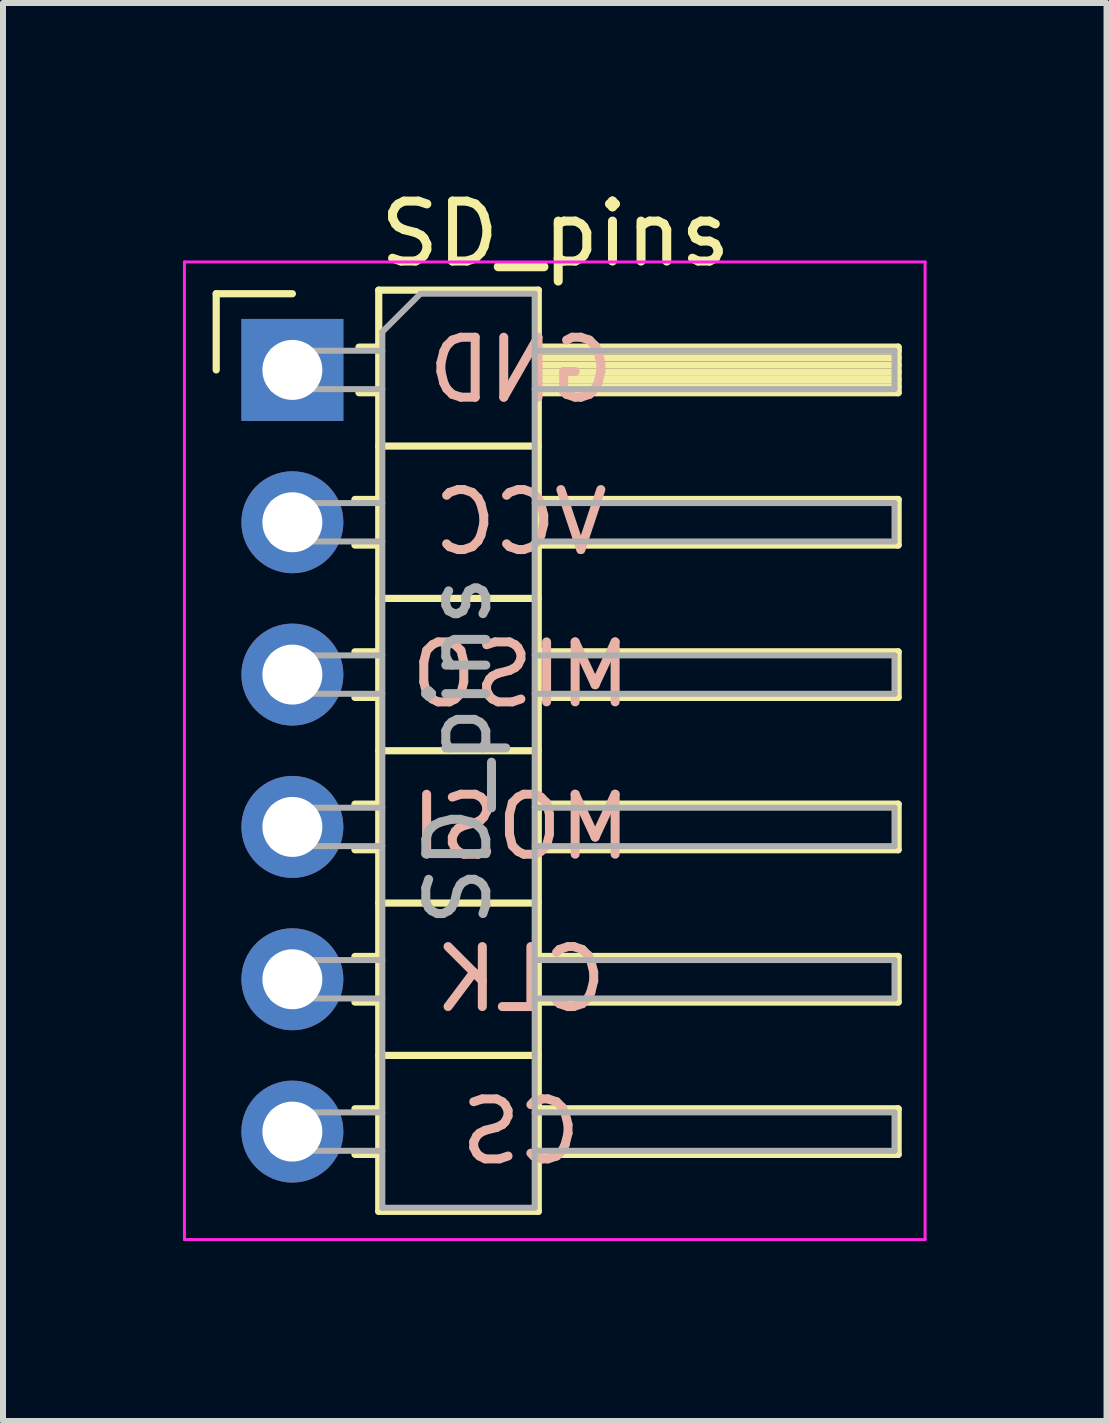
<source format=kicad_pcb>
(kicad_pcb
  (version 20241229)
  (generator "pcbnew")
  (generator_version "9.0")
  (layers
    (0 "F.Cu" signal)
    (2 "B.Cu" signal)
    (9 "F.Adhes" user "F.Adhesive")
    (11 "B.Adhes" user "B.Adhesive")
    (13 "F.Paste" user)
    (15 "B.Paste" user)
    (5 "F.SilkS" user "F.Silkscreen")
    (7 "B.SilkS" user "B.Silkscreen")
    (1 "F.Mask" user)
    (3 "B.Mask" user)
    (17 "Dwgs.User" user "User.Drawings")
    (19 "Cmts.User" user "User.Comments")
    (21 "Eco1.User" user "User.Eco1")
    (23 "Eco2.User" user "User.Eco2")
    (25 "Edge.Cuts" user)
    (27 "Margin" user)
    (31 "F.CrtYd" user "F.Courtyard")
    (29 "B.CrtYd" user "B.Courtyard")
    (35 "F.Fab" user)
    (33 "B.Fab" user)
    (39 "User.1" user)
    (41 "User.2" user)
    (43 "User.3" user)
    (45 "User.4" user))
  (footprint "SD_pins"
    (layer "F.Cu")
    (at 1.825 3.118)
    (property "Reference" "SD_pins" (at 4.385 -2.27 0) (layer "F.SilkS") (effects (font (size 1 1) (thickness 0.15))))
    (attr through_hole)
    (fp_line (start -1.27 -1.27) (end 0 -1.27) (stroke (width 0.12) (type solid)) (layer "F.SilkS"))
    (fp_line (start -1.27 0) (end -1.27 -1.27) (stroke (width 0.12) (type solid)) (layer "F.SilkS"))
    (fp_line (start 1.043 2.16) (end 1.44 2.16) (stroke (width 0.12) (type solid)) (layer "F.SilkS"))
    (fp_line (start 1.043 2.92) (end 1.44 2.92) (stroke (width 0.12) (type solid)) (layer "F.SilkS"))
    (fp_line (start 1.043 4.7) (end 1.44 4.7) (stroke (width 0.12) (type solid)) (layer "F.SilkS"))
    (fp_line (start 1.043 5.46) (end 1.44 5.46) (stroke (width 0.12) (type solid)) (layer "F.SilkS"))
    (fp_line (start 1.043 7.24) (end 1.44 7.24) (stroke (width 0.12) (type solid)) (layer "F.SilkS"))
    (fp_line (start 1.043 8) (end 1.44 8) (stroke (width 0.12) (type solid)) (layer "F.SilkS"))
    (fp_line (start 1.043 9.78) (end 1.44 9.78) (stroke (width 0.12) (type solid)) (layer "F.SilkS"))
    (fp_line (start 1.043 10.54) (end 1.44 10.54) (stroke (width 0.12) (type solid)) (layer "F.SilkS"))
    (fp_line (start 1.043 12.32) (end 1.44 12.32) (stroke (width 0.12) (type solid)) (layer "F.SilkS"))
    (fp_line (start 1.043 13.08) (end 1.44 13.08) (stroke (width 0.12) (type solid)) (layer "F.SilkS"))
    (fp_line (start 1.11 -0.38) (end 1.44 -0.38) (stroke (width 0.12) (type solid)) (layer "F.SilkS"))
    (fp_line (start 1.11 0.38) (end 1.44 0.38) (stroke (width 0.12) (type solid)) (layer "F.SilkS"))
    (fp_line (start 1.44 -1.33) (end 1.44 14.03) (stroke (width 0.12) (type solid)) (layer "F.SilkS"))
    (fp_line (start 1.44 1.27) (end 4.1 1.27) (stroke (width 0.12) (type solid)) (layer "F.SilkS"))
    (fp_line (start 1.44 3.81) (end 4.1 3.81) (stroke (width 0.12) (type solid)) (layer "F.SilkS"))
    (fp_line (start 1.44 6.35) (end 4.1 6.35) (stroke (width 0.12) (type solid)) (layer "F.SilkS"))
    (fp_line (start 1.44 8.89) (end 4.1 8.89) (stroke (width 0.12) (type solid)) (layer "F.SilkS"))
    (fp_line (start 1.44 11.43) (end 4.1 11.43) (stroke (width 0.12) (type solid)) (layer "F.SilkS"))
    (fp_line (start 1.44 14.03) (end 4.1 14.03) (stroke (width 0.12) (type solid)) (layer "F.SilkS"))
    (fp_line (start 4.1 -1.33) (end 1.44 -1.33) (stroke (width 0.12) (type solid)) (layer "F.SilkS"))
    (fp_line (start 4.1 -0.38) (end 10.1 -0.38) (stroke (width 0.12) (type solid)) (layer "F.SilkS"))
    (fp_line (start 4.1 -0.32) (end 10.1 -0.32) (stroke (width 0.12) (type solid)) (layer "F.SilkS"))
    (fp_line (start 4.1 -0.2) (end 10.1 -0.2) (stroke (width 0.12) (type solid)) (layer "F.SilkS"))
    (fp_line (start 4.1 -0.08) (end 10.1 -0.08) (stroke (width 0.12) (type solid)) (layer "F.SilkS"))
    (fp_line (start 4.1 0.04) (end 10.1 0.04) (stroke (width 0.12) (type solid)) (layer "F.SilkS"))
    (fp_line (start 4.1 0.16) (end 10.1 0.16) (stroke (width 0.12) (type solid)) (layer "F.SilkS"))
    (fp_line (start 4.1 0.28) (end 10.1 0.28) (stroke (width 0.12) (type solid)) (layer "F.SilkS"))
    (fp_line (start 4.1 2.16) (end 10.1 2.16) (stroke (width 0.12) (type solid)) (layer "F.SilkS"))
    (fp_line (start 4.1 4.7) (end 10.1 4.7) (stroke (width 0.12) (type solid)) (layer "F.SilkS"))
    (fp_line (start 4.1 7.24) (end 10.1 7.24) (stroke (width 0.12) (type solid)) (layer "F.SilkS"))
    (fp_line (start 4.1 9.78) (end 10.1 9.78) (stroke (width 0.12) (type solid)) (layer "F.SilkS"))
    (fp_line (start 4.1 12.32) (end 10.1 12.32) (stroke (width 0.12) (type solid)) (layer "F.SilkS"))
    (fp_line (start 4.1 14.03) (end 4.1 -1.33) (stroke (width 0.12) (type solid)) (layer "F.SilkS"))
    (fp_line (start 10.1 -0.38) (end 10.1 0.38) (stroke (width 0.12) (type solid)) (layer "F.SilkS"))
    (fp_line (start 10.1 0.38) (end 4.1 0.38) (stroke (width 0.12) (type solid)) (layer "F.SilkS"))
    (fp_line (start 10.1 2.16) (end 10.1 2.92) (stroke (width 0.12) (type solid)) (layer "F.SilkS"))
    (fp_line (start 10.1 2.92) (end 4.1 2.92) (stroke (width 0.12) (type solid)) (layer "F.SilkS"))
    (fp_line (start 10.1 4.7) (end 10.1 5.46) (stroke (width 0.12) (type solid)) (layer "F.SilkS"))
    (fp_line (start 10.1 5.46) (end 4.1 5.46) (stroke (width 0.12) (type solid)) (layer "F.SilkS"))
    (fp_line (start 10.1 7.24) (end 10.1 8) (stroke (width 0.12) (type solid)) (layer "F.SilkS"))
    (fp_line (start 10.1 8) (end 4.1 8) (stroke (width 0.12) (type solid)) (layer "F.SilkS"))
    (fp_line (start 10.1 9.78) (end 10.1 10.54) (stroke (width 0.12) (type solid)) (layer "F.SilkS"))
    (fp_line (start 10.1 10.54) (end 4.1 10.54) (stroke (width 0.12) (type solid)) (layer "F.SilkS"))
    (fp_line (start 10.1 12.32) (end 10.1 13.08) (stroke (width 0.12) (type solid)) (layer "F.SilkS"))
    (fp_line (start 10.1 13.08) (end 4.1 13.08) (stroke (width 0.12) (type solid)) (layer "F.SilkS"))
    (fp_line (start -1.8 -1.8) (end -1.8 14.5) (stroke (width 0.05) (type solid)) (layer "F.CrtYd"))
    (fp_line (start -1.8 14.5) (end 10.55 14.5) (stroke (width 0.05) (type solid)) (layer "F.CrtYd"))
    (fp_line (start 10.55 -1.8) (end -1.8 -1.8) (stroke (width 0.05) (type solid)) (layer "F.CrtYd"))
    (fp_line (start 10.55 14.5) (end 10.55 -1.8) (stroke (width 0.05) (type solid)) (layer "F.CrtYd"))
    (fp_line (start -0.32 -0.32) (end -0.32 0.32) (stroke (width 0.1) (type solid)) (layer "F.Fab"))
    (fp_line (start -0.32 -0.32) (end 1.5 -0.32) (stroke (width 0.1) (type solid)) (layer "F.Fab"))
    (fp_line (start -0.32 0.32) (end 1.5 0.32) (stroke (width 0.1) (type solid)) (layer "F.Fab"))
    (fp_line (start -0.32 2.22) (end -0.32 2.86) (stroke (width 0.1) (type solid)) (layer "F.Fab"))
    (fp_line (start -0.32 2.22) (end 1.5 2.22) (stroke (width 0.1) (type solid)) (layer "F.Fab"))
    (fp_line (start -0.32 2.86) (end 1.5 2.86) (stroke (width 0.1) (type solid)) (layer "F.Fab"))
    (fp_line (start -0.32 4.76) (end -0.32 5.4) (stroke (width 0.1) (type solid)) (layer "F.Fab"))
    (fp_line (start -0.32 4.76) (end 1.5 4.76) (stroke (width 0.1) (type solid)) (layer "F.Fab"))
    (fp_line (start -0.32 5.4) (end 1.5 5.4) (stroke (width 0.1) (type solid)) (layer "F.Fab"))
    (fp_line (start -0.32 7.3) (end -0.32 7.94) (stroke (width 0.1) (type solid)) (layer "F.Fab"))
    (fp_line (start -0.32 7.3) (end 1.5 7.3) (stroke (width 0.1) (type solid)) (layer "F.Fab"))
    (fp_line (start -0.32 7.94) (end 1.5 7.94) (stroke (width 0.1) (type solid)) (layer "F.Fab"))
    (fp_line (start -0.32 9.84) (end -0.32 10.48) (stroke (width 0.1) (type solid)) (layer "F.Fab"))
    (fp_line (start -0.32 9.84) (end 1.5 9.84) (stroke (width 0.1) (type solid)) (layer "F.Fab"))
    (fp_line (start -0.32 10.48) (end 1.5 10.48) (stroke (width 0.1) (type solid)) (layer "F.Fab"))
    (fp_line (start -0.32 12.38) (end -0.32 13.02) (stroke (width 0.1) (type solid)) (layer "F.Fab"))
    (fp_line (start -0.32 12.38) (end 1.5 12.38) (stroke (width 0.1) (type solid)) (layer "F.Fab"))
    (fp_line (start -0.32 13.02) (end 1.5 13.02) (stroke (width 0.1) (type solid)) (layer "F.Fab"))
    (fp_line (start 1.5 -0.635) (end 2.135 -1.27) (stroke (width 0.1) (type solid)) (layer "F.Fab"))
    (fp_line (start 1.5 13.97) (end 1.5 -0.635) (stroke (width 0.1) (type solid)) (layer "F.Fab"))
    (fp_line (start 2.135 -1.27) (end 4.04 -1.27) (stroke (width 0.1) (type solid)) (layer "F.Fab"))
    (fp_line (start 4.04 -1.27) (end 4.04 13.97) (stroke (width 0.1) (type solid)) (layer "F.Fab"))
    (fp_line (start 4.04 -0.32) (end 10.04 -0.32) (stroke (width 0.1) (type solid)) (layer "F.Fab"))
    (fp_line (start 4.04 0.32) (end 10.04 0.32) (stroke (width 0.1) (type solid)) (layer "F.Fab"))
    (fp_line (start 4.04 2.22) (end 10.04 2.22) (stroke (width 0.1) (type solid)) (layer "F.Fab"))
    (fp_line (start 4.04 2.86) (end 10.04 2.86) (stroke (width 0.1) (type solid)) (layer "F.Fab"))
    (fp_line (start 4.04 4.76) (end 10.04 4.76) (stroke (width 0.1) (type solid)) (layer "F.Fab"))
    (fp_line (start 4.04 5.4) (end 10.04 5.4) (stroke (width 0.1) (type solid)) (layer "F.Fab"))
    (fp_line (start 4.04 7.3) (end 10.04 7.3) (stroke (width 0.1) (type solid)) (layer "F.Fab"))
    (fp_line (start 4.04 7.94) (end 10.04 7.94) (stroke (width 0.1) (type solid)) (layer "F.Fab"))
    (fp_line (start 4.04 9.84) (end 10.04 9.84) (stroke (width 0.1) (type solid)) (layer "F.Fab"))
    (fp_line (start 4.04 10.48) (end 10.04 10.48) (stroke (width 0.1) (type solid)) (layer "F.Fab"))
    (fp_line (start 4.04 12.38) (end 10.04 12.38) (stroke (width 0.1) (type solid)) (layer "F.Fab"))
    (fp_line (start 4.04 13.02) (end 10.04 13.02) (stroke (width 0.1) (type solid)) (layer "F.Fab"))
    (fp_line (start 4.04 13.97) (end 1.5 13.97) (stroke (width 0.1) (type solid)) (layer "F.Fab"))
    (fp_line (start 10.04 -0.32) (end 10.04 0.32) (stroke (width 0.1) (type solid)) (layer "F.Fab"))
    (fp_line (start 10.04 2.22) (end 10.04 2.86) (stroke (width 0.1) (type solid)) (layer "F.Fab"))
    (fp_line (start 10.04 4.76) (end 10.04 5.4) (stroke (width 0.1) (type solid)) (layer "F.Fab"))
    (fp_line (start 10.04 7.3) (end 10.04 7.94) (stroke (width 0.1) (type solid)) (layer "F.Fab"))
    (fp_line (start 10.04 9.84) (end 10.04 10.48) (stroke (width 0.1) (type solid)) (layer "F.Fab"))
    (fp_line (start 10.04 12.38) (end 10.04 13.02) (stroke (width 0.1) (type solid)) (layer "F.Fab"))
    (fp_text user "MISO" (at 3.81 5.08 0) (layer "B.SilkS") (effects (font (size 1 1) (thickness 0.15)) (justify mirror)))
    (fp_text user "MOSI" (at 3.81 7.62 0) (layer "B.SilkS") (effects (font (size 1 1) (thickness 0.15)) (justify mirror)))
    (fp_text user "GND" (at 3.81 0 0) (layer "B.SilkS") (effects (font (size 1 1) (thickness 0.15)) (justify mirror)))
    (fp_text user "CS" (at 3.81 12.7 0) (layer "B.SilkS") (effects (font (size 1 1) (thickness 0.15)) (justify mirror)))
    (fp_text user "CLK" (at 3.81 10.16 0) (layer "B.SilkS") (effects (font (size 1 1) (thickness 0.15)) (justify mirror)))
    (fp_text user "VCC" (at 3.81 2.54 0) (layer "B.SilkS") (effects (font (size 1 1) (thickness 0.15)) (justify mirror)))
    (fp_text user "${REFERENCE}" (at 2.77 6.35 90) (layer "F.Fab") (effects (font (size 1 1) (thickness 0.15))))
    (pad "2" thru_hole oval (at 0 12.7) (size 1.7 1.7) (drill 1) (layers "*.Cu" "*.Mask"))
    (pad "3" thru_hole oval (at 0 7.62) (size 1.7 1.7) (drill 1) (layers "*.Cu" "*.Mask"))
    (pad "4" thru_hole oval (at 0 2.54) (size 1.7 1.7) (drill 1) (layers "*.Cu" "*.Mask"))
    (pad "5" thru_hole oval (at 0 10.16) (size 1.7 1.7) (drill 1) (layers "*.Cu" "*.Mask"))
    (pad "6" thru_hole rect (at 0 0) (size 1.7 1.7) (drill 1) (layers "*.Cu" "*.Mask"))
    (pad "7" thru_hole oval (at 0 5.08) (size 1.7 1.7) (drill 1) (layers "*.Cu" "*.Mask")))
  (gr_rect
    (start -3 -3)
    (end 15.4 20.643)
    (stroke (width 0.1) (type default))
    (fill no)
    (layer "Edge.Cuts")))
</source>
